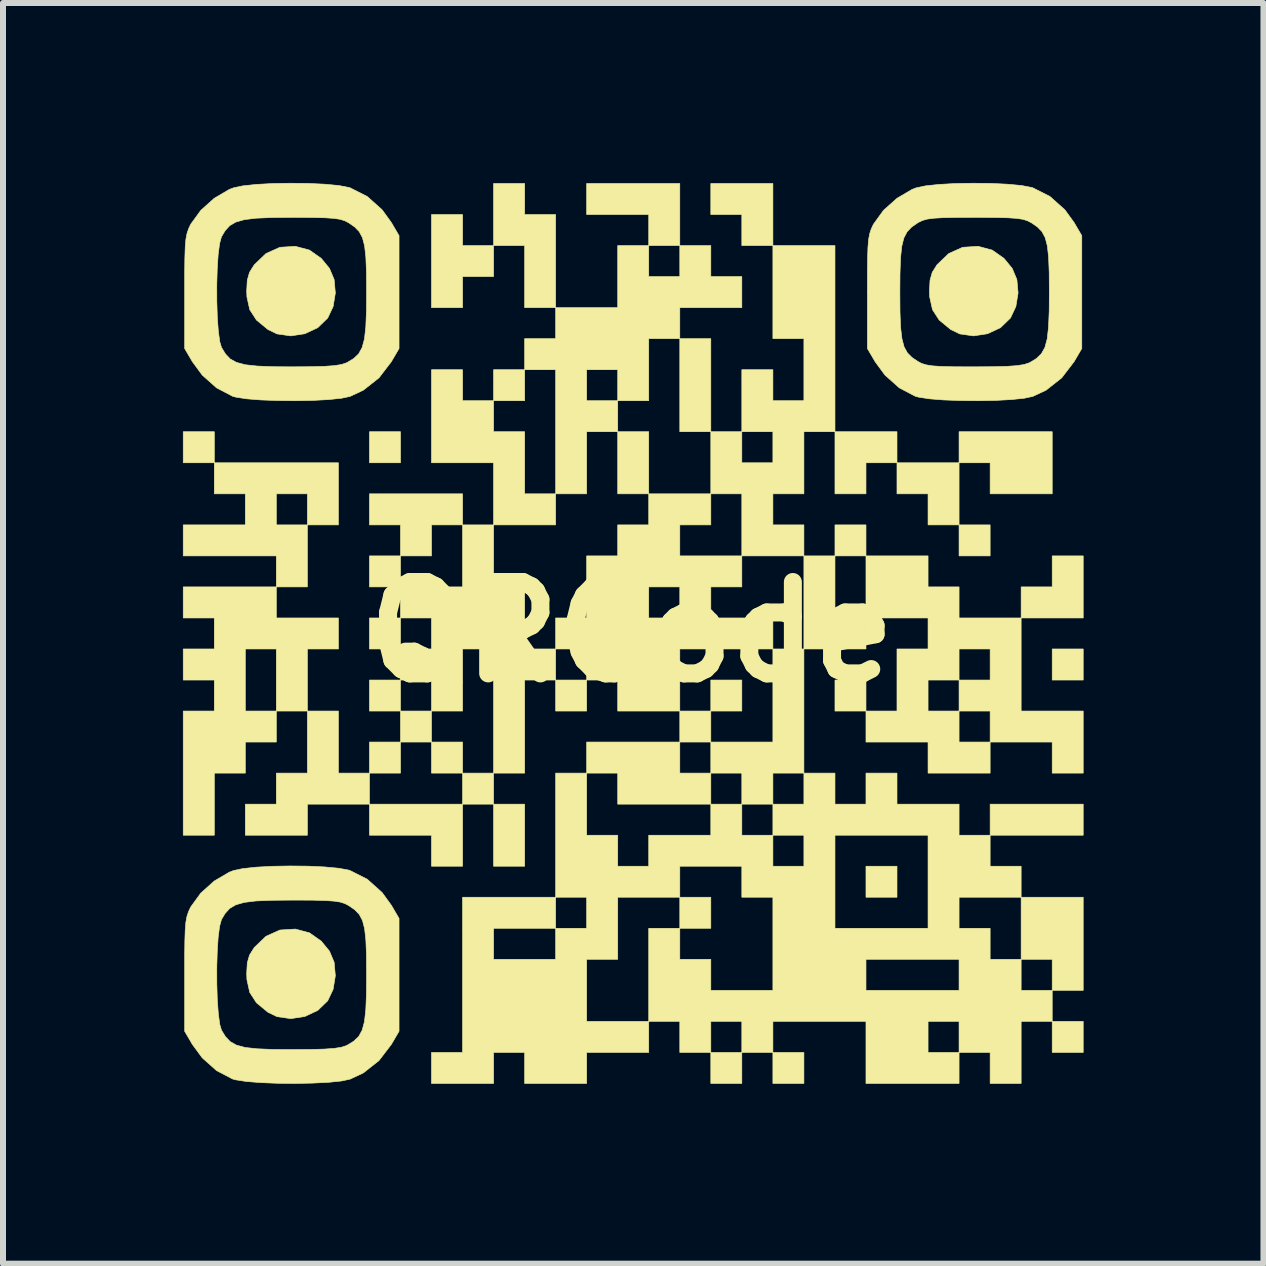
<source format=kicad_pcb>
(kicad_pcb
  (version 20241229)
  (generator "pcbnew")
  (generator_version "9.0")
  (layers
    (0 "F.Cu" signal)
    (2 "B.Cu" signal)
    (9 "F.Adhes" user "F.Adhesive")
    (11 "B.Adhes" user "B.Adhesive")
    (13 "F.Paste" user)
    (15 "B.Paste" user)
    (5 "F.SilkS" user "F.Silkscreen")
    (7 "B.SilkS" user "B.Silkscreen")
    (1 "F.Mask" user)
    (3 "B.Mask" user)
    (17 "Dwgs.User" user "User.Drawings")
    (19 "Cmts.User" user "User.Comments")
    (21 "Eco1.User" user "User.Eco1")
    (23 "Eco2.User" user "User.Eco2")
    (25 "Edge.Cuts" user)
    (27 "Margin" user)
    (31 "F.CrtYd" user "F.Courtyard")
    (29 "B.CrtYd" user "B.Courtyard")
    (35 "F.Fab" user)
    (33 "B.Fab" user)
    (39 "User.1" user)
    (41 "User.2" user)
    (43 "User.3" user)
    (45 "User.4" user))
  (footprint "QRCode"
    (layer "F.Cu")
    (at 7.484 7.488)
    (property "Reference" "QRCode" (at 0 0 0) (layer "F.SilkS") (effects (font (size 1.524 1.524) (thickness 0.3))))
    (attr through_hole)
    (fp_poly (pts (xy -7.479 -2.822) (xy -7.479 -3.34) (xy -6.961 -3.34) (xy -6.961 -2.822) (xy -7.479 -2.822)) (stroke (width 0.01) (type solid)) (fill yes) (layer "F.SilkS"))
    (fp_poly (pts (xy -3.857 -2.822) (xy -4.374 -2.822) (xy -4.374 -3.34) (xy -3.857 -3.34) (xy -3.857 -2.822)) (stroke (width 0.01) (type solid)) (fill yes) (layer "F.SilkS"))
    (fp_poly (pts (xy -2.822 2.352) (xy -3.34 2.352) (xy -3.34 1.834) (xy -2.822 1.834) (xy -2.822 2.352)) (stroke (width 0.01) (type solid)) (fill yes) (layer "F.SilkS"))
    (fp_poly (pts (xy -2.305 -4.374) (xy -1.787 -4.374) (xy -1.787 -3.857) (xy -2.305 -3.857) (xy -2.305 -4.374)) (stroke (width 0.01) (type solid)) (fill yes) (layer "F.SilkS"))
    (fp_poly (pts (xy -1.787 3.904) (xy -2.305 3.904) (xy -2.305 2.869) (xy -1.787 2.869) (xy -1.787 3.904)) (stroke (width 0.01) (type solid)) (fill yes) (layer "F.SilkS"))
    (fp_poly (pts (xy -0.753 1.317) (xy -1.27 1.317) (xy -1.27 0.8) (xy -0.753 0.8) (xy -0.753 1.317)) (stroke (width 0.01) (type solid)) (fill yes) (layer "F.SilkS"))
    (fp_poly (pts (xy 0.282 -2.305) (xy -0.235 -2.305) (xy -0.235 -3.34) (xy 0.282 -3.34) (xy 0.282 -2.305)) (stroke (width 0.01) (type solid)) (fill yes) (layer "F.SilkS"))
    (fp_poly (pts (xy 0.8 -3.34) (xy 0.8 -4.892) (xy 1.317 -4.892) (xy 1.317 -3.34) (xy 0.8 -3.34)) (stroke (width 0.01) (type solid)) (fill yes) (layer "F.SilkS"))
    (fp_poly (pts (xy 0.8 1.317) (xy 1.317 1.317) (xy 1.317 1.834) (xy 0.8 1.834) (xy 0.8 1.317)) (stroke (width 0.01) (type solid)) (fill yes) (layer "F.SilkS"))
    (fp_poly (pts (xy 1.317 4.939) (xy 0.8 4.939) (xy 0.8 4.421) (xy 1.317 4.421) (xy 1.317 4.939)) (stroke (width 0.01) (type solid)) (fill yes) (layer "F.SilkS"))
    (fp_poly (pts (xy 1.834 1.317) (xy 1.317 1.317) (xy 1.317 0.8) (xy 1.834 0.8) (xy 1.834 1.317)) (stroke (width 0.01) (type solid)) (fill yes) (layer "F.SilkS"))
    (fp_poly (pts (xy 2.869 7.526) (xy 2.352 7.526) (xy 2.352 7.009) (xy 2.869 7.009) (xy 2.869 7.526)) (stroke (width 0.01) (type solid)) (fill yes) (layer "F.SilkS"))
    (fp_poly (pts (xy 3.387 -1.787) (xy 3.904 -1.787) (xy 3.904 -1.27) (xy 3.387 -1.27) (xy 3.387 -1.787)) (stroke (width 0.01) (type solid)) (fill yes) (layer "F.SilkS"))
    (fp_poly (pts (xy 3.387 1.317) (xy 3.387 0.8) (xy 3.904 0.8) (xy 3.904 1.317) (xy 3.387 1.317)) (stroke (width 0.01) (type solid)) (fill yes) (layer "F.SilkS"))
    (fp_poly (pts (xy 4.421 4.421) (xy 3.904 4.421) (xy 3.904 3.904) (xy 4.421 3.904) (xy 4.421 4.421)) (stroke (width 0.01) (type solid)) (fill yes) (layer "F.SilkS"))
    (fp_poly (pts (xy 5.974 -1.787) (xy 5.974 -1.27) (xy 5.456 -1.27) (xy 5.456 -1.787) (xy 5.974 -1.787)) (stroke (width 0.01) (type solid)) (fill yes) (layer "F.SilkS"))
    (fp_poly (pts (xy 5.974 2.869) (xy 7.526 2.869) (xy 7.526 3.387) (xy 5.974 3.387) (xy 5.974 2.869)) (stroke (width 0.01) (type solid)) (fill yes) (layer "F.SilkS"))
    (fp_poly (pts (xy 7.526 0.8) (xy 7.009 0.8) (xy 7.009 0.282) (xy 7.526 0.282) (xy 7.526 0.8)) (stroke (width 0.01) (type solid)) (fill yes) (layer "F.SilkS"))
    (fp_poly (pts (xy 7.526 7.009) (xy 7.009 7.009) (xy 7.009 6.491) (xy 7.526 6.491) (xy 7.526 7.009)) (stroke (width 0.01) (type solid)) (fill yes) (layer "F.SilkS"))
    (fp_poly (pts (xy 1.834 -6.444) (xy 1.834 -6.961) (xy 1.317 -6.961) (xy 1.317 -7.479) (xy 2.352 -7.479) (xy 2.352 -6.444) (xy 1.834 -6.444)) (stroke (width 0.01) (type solid)) (fill yes) (layer "F.SilkS"))
    (fp_poly (pts (xy 3.904 -2.822) (xy 3.904 -2.305) (xy 3.387 -2.305) (xy 3.387 -3.34) (xy 4.421 -3.34) (xy 4.421 -2.822) (xy 3.904 -2.822)) (stroke (width 0.01) (type solid)) (fill yes) (layer "F.SilkS"))
    (fp_poly (pts (xy 5.456 -3.34) (xy 7.009 -3.34) (xy 7.009 -2.305) (xy 5.974 -2.305) (xy 5.974 -2.822) (xy 5.456 -2.822) (xy 5.456 -3.34)) (stroke (width 0.01) (type solid)) (fill yes) (layer "F.SilkS"))
    (fp_poly (pts (xy 5.456 -1.787) (xy 4.939 -1.787) (xy 4.939 -2.305) (xy 4.421 -2.305) (xy 4.421 -2.822) (xy 5.456 -2.822) (xy 5.456 -1.787)) (stroke (width 0.01) (type solid)) (fill yes) (layer "F.SilkS"))
    (fp_poly (pts (xy 6.491 -0.753) (xy 7.009 -0.753) (xy 7.009 -1.27) (xy 7.526 -1.27) (xy 7.526 -0.235) (xy 6.491 -0.235) (xy 6.491 -0.753)) (stroke (width 0.01) (type solid)) (fill yes) (layer "F.SilkS"))
    (fp_poly (pts (xy 7.009 5.456) (xy 6.491 5.456) (xy 6.491 4.421) (xy 7.526 4.421) (xy 7.526 5.974) (xy 7.009 5.974) (xy 7.009 5.456)) (stroke (width 0.01) (type solid)) (fill yes) (layer "F.SilkS"))
    (fp_poly (pts (xy -2.305 -5.927) (xy -2.822 -5.927) (xy -2.822 -5.409) (xy -3.34 -5.409) (xy -3.34 -6.961) (xy -2.822 -6.961) (xy -2.822 -6.444) (xy -2.305 -6.444) (xy -2.305 -5.927)) (stroke (width 0.01) (type solid)) (fill yes) (layer "F.SilkS"))
    (fp_poly (pts (xy -1.787 -5.409) (xy -1.787 -6.444) (xy -2.305 -6.444) (xy -2.305 -7.479) (xy -1.787 -7.479) (xy -1.787 -6.961) (xy -1.27 -6.961) (xy -1.27 -5.409) (xy -1.787 -5.409)) (stroke (width 0.01) (type solid)) (fill yes) (layer "F.SilkS"))
    (fp_poly (pts (xy -0.753 1.834) (xy 0.8 1.834) (xy 0.8 2.352) (xy 1.317 2.352) (xy 1.317 2.869) (xy -0.235 2.869) (xy -0.235 2.352) (xy -0.753 2.352) (xy -0.753 1.834)) (stroke (width 0.01) (type solid)) (fill yes) (layer "F.SilkS"))
    (fp_poly (pts (xy -2.305 -2.822) (xy -3.34 -2.822) (xy -3.34 -4.374) (xy -2.822 -4.374) (xy -2.822 -3.857) (xy -2.305 -3.857) (xy -2.305 -3.34) (xy -1.787 -3.34) (xy -1.787 -2.305) (xy -1.27 -2.305) (xy -1.27 -1.787) (xy -2.305 -1.787) (xy -2.305 -2.822)) (stroke (width 0.01) (type solid)) (fill yes) (layer "F.SilkS"))
    (fp_poly (pts (xy -5.927 -1.27) (xy -7.479 -1.27) (xy -7.479 -1.787) (xy -6.444 -1.787) (xy -6.444 -2.305) (xy -5.927 -2.305) (xy -5.927 -1.787) (xy -5.409 -1.787) (xy -5.409 -2.305) (xy -5.927 -2.305) (xy -6.444 -2.305) (xy -6.961 -2.305) (xy -6.961 -2.822) (xy -4.892 -2.822) (xy -4.892 -1.787) (xy -5.409 -1.787) (xy -5.409 -0.753) (xy -5.927 -0.753) (xy -5.927 -1.27)) (stroke (width 0.01) (type solid)) (fill yes) (layer "F.SilkS"))
    (fp_poly (pts (xy -5.609 -6.431) (xy -5.374 -6.368) (xy -5.178 -6.23) (xy -5.041 -6.063) (xy -4.963 -5.877) (xy -4.943 -5.653) (xy -4.98 -5.427) (xy -5.07 -5.236) (xy -5.236 -5.075) (xy -5.451 -4.974) (xy -5.686 -4.938) (xy -5.916 -4.971) (xy -6.068 -5.045) (xy -6.259 -5.203) (xy -6.37 -5.375) (xy -6.417 -5.587) (xy -6.421 -5.687) (xy -6.411 -5.867) (xy -6.374 -5.997) (xy -6.297 -6.12) (xy -6.294 -6.124) (xy -6.099 -6.311) (xy -5.867 -6.415) (xy -5.611 -6.431) (xy -5.609 -6.431)) (stroke (width 0.01) (type solid)) (fill yes) (layer "F.SilkS"))
    (fp_poly (pts (xy -5.609 4.952) (xy -5.374 5.015) (xy -5.178 5.153) (xy -5.041 5.32) (xy -4.963 5.506) (xy -4.943 5.73) (xy -4.98 5.956) (xy -5.07 6.147) (xy -5.236 6.308) (xy -5.451 6.409) (xy -5.686 6.445) (xy -5.916 6.412) (xy -6.068 6.338) (xy -6.259 6.18) (xy -6.37 6.008) (xy -6.417 5.796) (xy -6.421 5.696) (xy -6.411 5.516) (xy -6.374 5.386) (xy -6.297 5.263) (xy -6.294 5.259) (xy -6.099 5.072) (xy -5.867 4.968) (xy -5.611 4.952) (xy -5.609 4.952)) (stroke (width 0.01) (type solid)) (fill yes) (layer "F.SilkS"))
    (fp_poly (pts (xy 5.774 -6.431) (xy 6.009 -6.368) (xy 6.205 -6.23) (xy 6.342 -6.063) (xy 6.42 -5.877) (xy 6.44 -5.653) (xy 6.403 -5.427) (xy 6.313 -5.236) (xy 6.147 -5.075) (xy 5.932 -4.974) (xy 5.697 -4.938) (xy 5.467 -4.971) (xy 5.315 -5.045) (xy 5.124 -5.203) (xy 5.013 -5.375) (xy 4.966 -5.587) (xy 4.962 -5.687) (xy 4.972 -5.867) (xy 5.009 -5.997) (xy 5.086 -6.12) (xy 5.089 -6.124) (xy 5.284 -6.311) (xy 5.516 -6.415) (xy 5.772 -6.431) (xy 5.774 -6.431)) (stroke (width 0.01) (type solid)) (fill yes) (layer "F.SilkS"))
    (fp_poly (pts (xy -5.927 -0.235) (xy -4.892 -0.235) (xy -4.892 0.282) (xy -5.409 0.282) (xy -5.409 1.317) (xy -5.927 1.317) (xy -5.927 1.834) (xy -6.444 1.834) (xy -6.444 2.352) (xy -6.961 2.352) (xy -6.961 3.387) (xy -7.479 3.387) (xy -7.479 1.317) (xy -6.961 1.317) (xy -6.961 0.8) (xy -7.479 0.8) (xy -7.479 0.282) (xy -6.961 0.282) (xy -6.444 0.282) (xy -6.444 1.317) (xy -5.927 1.317) (xy -5.927 0.282) (xy -6.444 0.282) (xy -6.961 0.282) (xy -6.961 -0.235) (xy -7.479 -0.235) (xy -7.479 -0.753) (xy -5.927 -0.753) (xy -5.927 -0.235)) (stroke (width 0.01) (type solid)) (fill yes) (layer "F.SilkS"))
    (fp_poly (pts (xy 1.317 -6.444) (xy 1.317 -5.927) (xy 1.834 -5.927) (xy 1.834 -5.409) (xy 0.8 -5.409) (xy 0.8 -4.892) (xy 0.282 -4.892) (xy 0.282 -3.857) (xy -0.235 -3.857) (xy -0.235 -3.34) (xy -0.753 -3.34) (xy -0.753 -2.305) (xy -1.27 -2.305) (xy -1.27 -4.374) (xy -0.753 -4.374) (xy -0.753 -3.857) (xy -0.235 -3.857) (xy -0.235 -4.374) (xy -0.753 -4.374) (xy -1.27 -4.374) (xy -1.787 -4.374) (xy -1.787 -4.892) (xy -1.27 -4.892) (xy -1.27 -5.409) (xy -0.235 -5.409) (xy -0.235 -6.444) (xy 0.282 -6.444) (xy 0.282 -5.927) (xy 0.8 -5.927) (xy 0.8 -6.444) (xy 0.282 -6.444) (xy 0.282 -6.961) (xy -0.753 -6.961) (xy -0.753 -7.479) (xy 0.8 -7.479) (xy 0.8 -6.444) (xy 1.317 -6.444)) (stroke (width 0.01) (type solid)) (fill yes) (layer "F.SilkS"))
    (fp_poly (pts (xy 6.491 1.317) (xy 7.526 1.317) (xy 7.526 2.352) (xy 7.009 2.352) (xy 7.009 1.834) (xy 5.974 1.834) (xy 5.974 2.352) (xy 4.939 2.352) (xy 4.939 1.834) (xy 5.456 1.834) (xy 5.974 1.834) (xy 5.974 1.317) (xy 5.456 1.317) (xy 5.456 1.834) (xy 4.939 1.834) (xy 3.904 1.834) (xy 3.904 1.317) (xy 4.421 1.317) (xy 4.421 0.8) (xy 4.939 0.8) (xy 4.939 1.317) (xy 5.456 1.317) (xy 5.456 0.8) (xy 4.939 0.8) (xy 4.421 0.8) (xy 4.421 0.282) (xy 4.939 0.282) (xy 5.456 0.282) (xy 5.456 0.8) (xy 5.974 0.8) (xy 5.974 0.282) (xy 5.456 0.282) (xy 4.939 0.282) (xy 4.939 -0.235) (xy 3.904 -0.235) (xy 3.904 -1.27) (xy 4.939 -1.27) (xy 4.939 -0.753) (xy 5.456 -0.753) (xy 5.456 -0.235) (xy 6.491 -0.235) (xy 6.491 1.317)) (stroke (width 0.01) (type solid)) (fill yes) (layer "F.SilkS"))
    (fp_poly (pts (xy -1.787 0.8) (xy -1.787 2.352) (xy -2.305 2.352) (xy -2.305 2.869) (xy -2.822 2.869) (xy -2.822 3.904) (xy -3.34 3.904) (xy -3.34 3.387) (xy -4.374 3.387) (xy -4.374 2.869) (xy -5.409 2.869) (xy -5.409 3.387) (xy -6.444 3.387) (xy -6.444 2.869) (xy -5.927 2.869) (xy -5.927 2.352) (xy -5.409 2.352) (xy -5.409 1.317) (xy -4.892 1.317) (xy -4.892 2.352) (xy -4.374 2.352) (xy -4.374 2.869) (xy -2.822 2.869) (xy -2.822 2.352) (xy -2.305 2.352) (xy -2.305 0.282) (xy -2.822 0.282) (xy -2.822 1.317) (xy -3.34 1.317) (xy -3.34 1.834) (xy -3.857 1.834) (xy -3.857 2.352) (xy -4.374 2.352) (xy -4.374 1.834) (xy -3.857 1.834) (xy -3.857 1.317) (xy -4.374 1.317) (xy -4.374 0.8) (xy -3.857 0.8) (xy -3.857 1.317) (xy -3.34 1.317) (xy -3.34 0.8) (xy -3.857 0.8) (xy -3.857 0.282) (xy -4.374 0.282) (xy -4.374 -0.235) (xy -3.857 -0.235) (xy -3.857 0.282) (xy -3.34 0.282) (xy -3.34 -0.235) (xy -3.857 -0.235) (xy -3.857 -0.753) (xy -4.374 -0.753) (xy -4.374 -1.27) (xy -3.857 -1.27) (xy -3.857 -0.753) (xy -2.822 -0.753) (xy -2.822 -1.787) (xy -3.34 -1.787) (xy -3.34 -1.27) (xy -3.857 -1.27) (xy -3.857 -1.787) (xy -4.374 -1.787) (xy -4.374 -2.305) (xy -2.822 -2.305) (xy -2.822 -1.787) (xy -2.305 -1.787) (xy -2.305 -0.753) (xy -1.787 -0.753) (xy -1.787 0.282) (xy -1.27 0.282) (xy -1.27 0.8) (xy -1.787 0.8)) (stroke (width 0.01) (type solid)) (fill yes) (layer "F.SilkS"))
    (fp_poly (pts (xy 1.834 -3.34) (xy 1.834 -2.822) (xy 2.352 -2.822) (xy 2.352 -3.34) (xy 1.834 -3.34) (xy 1.834 -4.374) (xy 2.352 -4.374) (xy 2.352 -3.857) (xy 2.869 -3.857) (xy 2.869 -4.892) (xy 2.352 -4.892) (xy 2.352 -6.444) (xy 3.387 -6.444) (xy 3.387 -3.34) (xy 2.869 -3.34) (xy 2.869 -2.305) (xy 2.352 -2.305) (xy 2.352 -1.787) (xy 2.869 -1.787) (xy 2.869 -1.27) (xy 3.387 -1.27) (xy 3.387 -0.235) (xy 3.904 -0.235) (xy 3.904 0.282) (xy 2.869 0.282) (xy 2.869 2.352) (xy 2.352 2.352) (xy 2.352 2.869) (xy 1.834 2.869) (xy 1.834 2.352) (xy 1.317 2.352) (xy 1.317 1.834) (xy 2.352 1.834) (xy 2.352 0.282) (xy 0.8 0.282) (xy 0.8 1.317) (xy -0.235 1.317) (xy -0.235 0.8) (xy -0.753 0.8) (xy -0.753 0.282) (xy -1.27 0.282) (xy -1.27 -0.235) (xy -0.753 -0.235) (xy -0.753 -0.753) (xy 0.282 -0.753) (xy 0.282 -0.235) (xy 0.8 -0.235) (xy 0.8 -0.753) (xy 1.317 -0.753) (xy 1.317 -0.235) (xy 2.352 -0.235) (xy 2.352 0.282) (xy 2.869 0.282) (xy 2.869 -1.27) (xy 1.834 -1.27) (xy 1.834 -0.753) (xy 1.317 -0.753) (xy 0.8 -0.753) (xy 0.282 -0.753) (xy -0.753 -0.753) (xy -0.753 -1.27) (xy -0.235 -1.27) (xy -0.235 -1.787) (xy 0.282 -1.787) (xy 0.8 -1.787) (xy 0.8 -1.27) (xy 1.834 -1.27) (xy 1.834 -2.305) (xy 1.317 -2.305) (xy 1.317 -1.787) (xy 0.8 -1.787) (xy 0.282 -1.787) (xy 0.282 -2.305) (xy 1.317 -2.305) (xy 1.317 -3.34) (xy 1.834 -3.34)) (stroke (width 0.01) (type solid)) (fill yes) (layer "F.SilkS"))
    (fp_poly (pts (xy -5.397 -7.48) (xy -5.12 -7.467) (xy -4.886 -7.445) (xy -4.719 -7.413) (xy -4.698 -7.407) (xy -4.411 -7.262) (xy -4.163 -7.04) (xy -4.01 -6.829) (xy -3.881 -6.609) (xy -3.881 -4.727) (xy -4.01 -4.507) (xy -4.216 -4.238) (xy -4.476 -4.033) (xy -4.698 -3.929) (xy -4.842 -3.898) (xy -5.057 -3.876) (xy -5.322 -3.862) (xy -5.613 -3.857) (xy -5.908 -3.86) (xy -6.186 -3.87) (xy -6.425 -3.889) (xy -6.603 -3.917) (xy -6.657 -3.932) (xy -6.924 -4.072) (xy -7.162 -4.284) (xy -7.326 -4.507) (xy -7.455 -4.727) (xy -7.455 -5.668) (xy -7.455 -5.789) (xy -6.92 -5.789) (xy -6.919 -5.513) (xy -6.911 -5.249) (xy -6.894 -5.018) (xy -6.87 -4.841) (xy -6.842 -4.746) (xy -6.775 -4.637) (xy -6.697 -4.554) (xy -6.592 -4.496) (xy -6.447 -4.457) (xy -6.247 -4.435) (xy -5.98 -4.424) (xy -5.677 -4.422) (xy -5.363 -4.424) (xy -5.128 -4.43) (xy -4.959 -4.442) (xy -4.841 -4.461) (xy -4.759 -4.488) (xy -4.746 -4.494) (xy -4.637 -4.56) (xy -4.554 -4.639) (xy -4.496 -4.744) (xy -4.457 -4.889) (xy -4.435 -5.089) (xy -4.424 -5.356) (xy -4.422 -5.659) (xy -4.424 -5.993) (xy -4.434 -6.248) (xy -4.455 -6.438) (xy -4.491 -6.576) (xy -4.545 -6.677) (xy -4.621 -6.755) (xy -4.718 -6.822) (xy -4.783 -6.856) (xy -4.86 -6.881) (xy -4.964 -6.897) (xy -5.111 -6.907) (xy -5.317 -6.912) (xy -5.599 -6.914) (xy -5.668 -6.914) (xy -6.008 -6.911) (xy -6.268 -6.9) (xy -6.461 -6.876) (xy -6.602 -6.836) (xy -6.704 -6.776) (xy -6.78 -6.693) (xy -6.842 -6.59) (xy -6.873 -6.477) (xy -6.897 -6.292) (xy -6.912 -6.056) (xy -6.92 -5.789) (xy -7.455 -5.789) (xy -7.455 -5.991) (xy -7.452 -6.236) (xy -7.446 -6.415) (xy -7.435 -6.546) (xy -7.417 -6.642) (xy -7.392 -6.718) (xy -7.359 -6.79) (xy -7.351 -6.804) (xy -7.186 -7.031) (xy -6.962 -7.232) (xy -6.712 -7.379) (xy -6.642 -7.406) (xy -6.488 -7.439) (xy -6.264 -7.463) (xy -5.993 -7.478) (xy -5.696 -7.483) (xy -5.397 -7.48)) (stroke (width 0.01) (type solid)) (fill yes) (layer "F.SilkS"))
    (fp_poly (pts (xy -5.397 3.903) (xy -5.12 3.916) (xy -4.886 3.938) (xy -4.719 3.969) (xy -4.698 3.976) (xy -4.411 4.121) (xy -4.163 4.343) (xy -4.01 4.554) (xy -3.881 4.774) (xy -3.881 6.656) (xy -4.01 6.876) (xy -4.216 7.145) (xy -4.476 7.35) (xy -4.698 7.454) (xy -4.842 7.485) (xy -5.057 7.507) (xy -5.322 7.52) (xy -5.613 7.526) (xy -5.908 7.523) (xy -6.186 7.512) (xy -6.425 7.493) (xy -6.603 7.466) (xy -6.657 7.451) (xy -6.924 7.311) (xy -7.162 7.099) (xy -7.326 6.876) (xy -7.455 6.656) (xy -7.455 5.715) (xy -7.455 5.594) (xy -6.92 5.594) (xy -6.919 5.87) (xy -6.911 6.134) (xy -6.894 6.365) (xy -6.87 6.542) (xy -6.842 6.637) (xy -6.775 6.746) (xy -6.697 6.828) (xy -6.592 6.887) (xy -6.447 6.926) (xy -6.247 6.948) (xy -5.98 6.959) (xy -5.677 6.961) (xy -5.363 6.959) (xy -5.128 6.953) (xy -4.959 6.941) (xy -4.841 6.922) (xy -4.759 6.895) (xy -4.746 6.889) (xy -4.637 6.822) (xy -4.554 6.744) (xy -4.496 6.639) (xy -4.457 6.494) (xy -4.435 6.294) (xy -4.424 6.027) (xy -4.422 5.724) (xy -4.424 5.39) (xy -4.434 5.135) (xy -4.455 4.945) (xy -4.491 4.807) (xy -4.545 4.706) (xy -4.621 4.628) (xy -4.718 4.561) (xy -4.783 4.527) (xy -4.86 4.502) (xy -4.964 4.486) (xy -5.111 4.476) (xy -5.317 4.47) (xy -5.599 4.469) (xy -5.668 4.469) (xy -6.008 4.472) (xy -6.268 4.483) (xy -6.461 4.507) (xy -6.602 4.547) (xy -6.704 4.607) (xy -6.78 4.69) (xy -6.842 4.793) (xy -6.873 4.906) (xy -6.897 5.091) (xy -6.912 5.327) (xy -6.92 5.594) (xy -7.455 5.594) (xy -7.455 5.392) (xy -7.452 5.147) (xy -7.446 4.968) (xy -7.435 4.837) (xy -7.417 4.741) (xy -7.392 4.665) (xy -7.359 4.593) (xy -7.351 4.579) (xy -7.186 4.352) (xy -6.962 4.151) (xy -6.712 4.004) (xy -6.642 3.977) (xy -6.488 3.944) (xy -6.264 3.92) (xy -5.993 3.905) (xy -5.696 3.9) (xy -5.397 3.903)) (stroke (width 0.01) (type solid)) (fill yes) (layer "F.SilkS"))
    (fp_poly (pts (xy 5.986 -7.48) (xy 6.263 -7.467) (xy 6.497 -7.445) (xy 6.664 -7.413) (xy 6.685 -7.407) (xy 6.972 -7.262) (xy 7.22 -7.04) (xy 7.373 -6.829) (xy 7.502 -6.609) (xy 7.502 -4.727) (xy 7.373 -4.507) (xy 7.167 -4.238) (xy 6.907 -4.033) (xy 6.685 -3.929) (xy 6.541 -3.898) (xy 6.325 -3.876) (xy 6.061 -3.862) (xy 5.77 -3.857) (xy 5.475 -3.86) (xy 5.197 -3.87) (xy 4.958 -3.889) (xy 4.78 -3.917) (xy 4.725 -3.932) (xy 4.459 -4.072) (xy 4.221 -4.284) (xy 4.057 -4.507) (xy 3.928 -4.727) (xy 3.928 -5.668) (xy 4.469 -5.668) (xy 4.471 -5.335) (xy 4.481 -5.081) (xy 4.503 -4.893) (xy 4.539 -4.756) (xy 4.594 -4.655) (xy 4.672 -4.577) (xy 4.765 -4.514) (xy 4.83 -4.479) (xy 4.908 -4.455) (xy 5.013 -4.438) (xy 5.161 -4.428) (xy 5.369 -4.423) (xy 5.653 -4.422) (xy 5.706 -4.422) (xy 6.02 -4.424) (xy 6.254 -4.43) (xy 6.424 -4.442) (xy 6.542 -4.461) (xy 6.624 -4.488) (xy 6.637 -4.494) (xy 6.746 -4.56) (xy 6.828 -4.639) (xy 6.887 -4.744) (xy 6.926 -4.889) (xy 6.948 -5.089) (xy 6.959 -5.356) (xy 6.961 -5.659) (xy 6.959 -5.993) (xy 6.949 -6.248) (xy 6.928 -6.438) (xy 6.892 -6.576) (xy 6.838 -6.677) (xy 6.762 -6.755) (xy 6.665 -6.822) (xy 6.6 -6.856) (xy 6.523 -6.881) (xy 6.419 -6.897) (xy 6.272 -6.907) (xy 6.066 -6.912) (xy 5.784 -6.914) (xy 5.715 -6.914) (xy 5.416 -6.913) (xy 5.195 -6.909) (xy 5.037 -6.9) (xy 4.925 -6.885) (xy 4.844 -6.862) (xy 4.778 -6.83) (xy 4.765 -6.822) (xy 4.664 -6.752) (xy 4.589 -6.673) (xy 4.535 -6.57) (xy 4.5 -6.428) (xy 4.48 -6.235) (xy 4.471 -5.975) (xy 4.469 -5.668) (xy 3.928 -5.668) (xy 3.928 -5.991) (xy 3.931 -6.236) (xy 3.937 -6.415) (xy 3.948 -6.546) (xy 3.966 -6.642) (xy 3.991 -6.718) (xy 4.024 -6.79) (xy 4.032 -6.804) (xy 4.196 -7.031) (xy 4.421 -7.232) (xy 4.671 -7.379) (xy 4.741 -7.406) (xy 4.895 -7.439) (xy 5.119 -7.463) (xy 5.39 -7.478) (xy 5.687 -7.483) (xy 5.986 -7.48)) (stroke (width 0.01) (type solid)) (fill yes) (layer "F.SilkS"))
    (fp_poly (pts (xy 2.352 2.869) (xy 2.869 2.869) (xy 2.869 2.352) (xy 3.387 2.352) (xy 3.387 2.869) (xy 3.904 2.869) (xy 3.904 2.352) (xy 4.421 2.352) (xy 4.421 2.869) (xy 5.456 2.869) (xy 5.456 3.387) (xy 5.974 3.387) (xy 5.974 3.904) (xy 6.491 3.904) (xy 6.491 4.421) (xy 5.456 4.421) (xy 5.456 4.939) (xy 5.974 4.939) (xy 5.974 5.456) (xy 6.491 5.456) (xy 6.491 5.974) (xy 7.009 5.974) (xy 7.009 6.491) (xy 6.491 6.491) (xy 6.491 7.526) (xy 5.974 7.526) (xy 5.974 7.009) (xy 5.456 7.009) (xy 5.456 7.526) (xy 3.904 7.526) (xy 3.904 6.491) (xy 4.939 6.491) (xy 4.939 7.009) (xy 5.456 7.009) (xy 5.456 6.491) (xy 4.939 6.491) (xy 3.904 6.491) (xy 2.352 6.491) (xy 2.352 7.009) (xy 1.834 7.009) (xy 1.834 7.526) (xy 1.317 7.526) (xy 1.317 7.009) (xy 0.8 7.009) (xy 0.8 6.491) (xy 1.317 6.491) (xy 1.317 7.009) (xy 1.834 7.009) (xy 1.834 6.491) (xy 1.317 6.491) (xy 0.8 6.491) (xy 0.282 6.491) (xy 0.282 7.009) (xy -0.753 7.009) (xy -0.753 7.526) (xy -1.787 7.526) (xy -1.787 7.009) (xy -2.305 7.009) (xy -2.305 7.526) (xy -3.34 7.526) (xy -3.34 7.009) (xy -2.822 7.009) (xy -2.822 4.939) (xy -2.305 4.939) (xy -2.305 5.456) (xy -1.27 5.456) (xy -0.753 5.456) (xy -0.753 6.491) (xy 0.282 6.491) (xy 0.282 4.939) (xy 0.8 4.939) (xy 0.8 5.456) (xy 1.317 5.456) (xy 1.317 5.974) (xy 2.352 5.974) (xy 2.352 5.456) (xy 3.904 5.456) (xy 3.904 5.974) (xy 5.456 5.974) (xy 5.456 5.456) (xy 3.904 5.456) (xy 2.352 5.456) (xy 2.352 4.421) (xy 1.834 4.421) (xy 1.834 3.904) (xy 2.352 3.904) (xy 2.869 3.904) (xy 2.869 3.387) (xy 3.387 3.387) (xy 3.387 4.939) (xy 4.939 4.939) (xy 4.939 3.387) (xy 3.387 3.387) (xy 2.869 3.387) (xy 2.352 3.387) (xy 2.352 3.904) (xy 1.834 3.904) (xy 0.8 3.904) (xy 0.8 4.421) (xy -0.235 4.421) (xy -0.235 5.456) (xy -0.753 5.456) (xy -1.27 5.456) (xy -1.27 4.939) (xy -2.305 4.939) (xy -2.822 4.939) (xy -2.822 4.421) (xy -1.27 4.421) (xy -1.27 4.939) (xy -0.753 4.939) (xy -0.753 4.421) (xy -1.27 4.421) (xy -1.27 2.352) (xy -0.753 2.352) (xy -0.753 3.387) (xy -0.235 3.387) (xy -0.235 3.904) (xy 0.282 3.904) (xy 0.282 3.387) (xy 1.317 3.387) (xy 1.317 2.869) (xy 1.834 2.869) (xy 1.834 3.387) (xy 2.352 3.387) (xy 2.352 2.869)) (stroke (width 0.01) (type solid)) (fill yes) (layer "F.SilkS")))
  (gr_rect
    (start -3 -3)
    (end 18.015 18.019)
    (stroke (width 0.1) (type default))
    (fill no)
    (layer "Edge.Cuts")))
</source>
